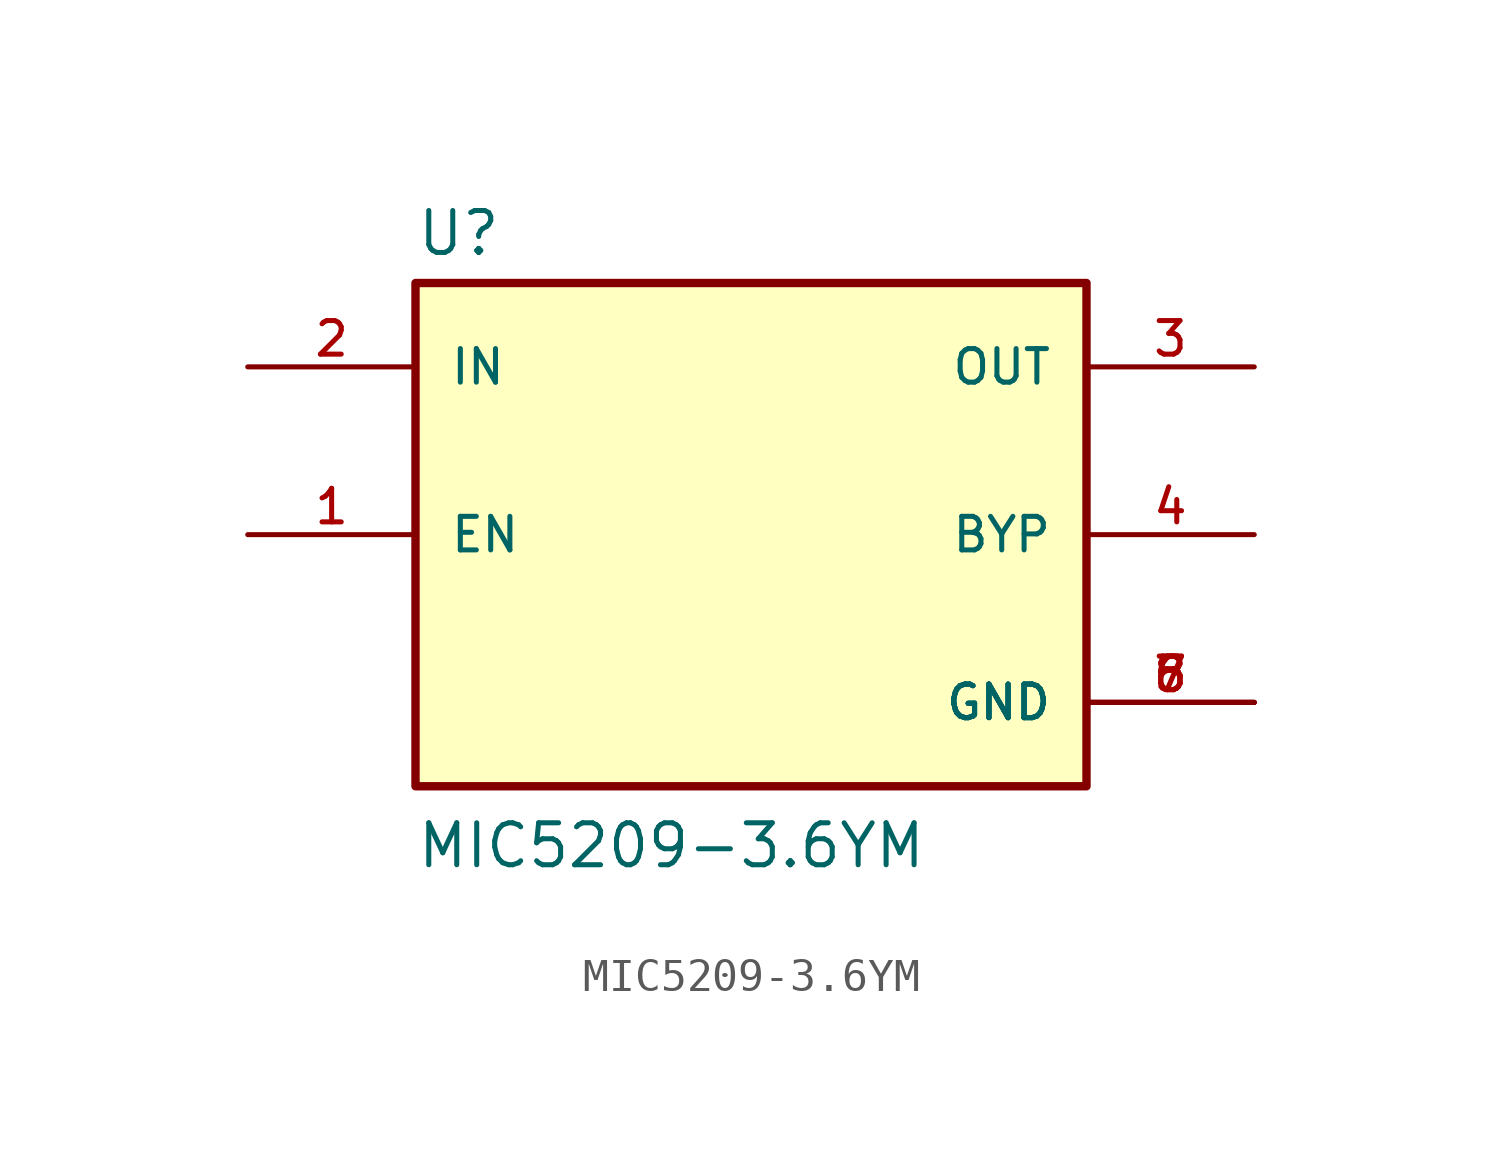
<source format=kicad_sym>
(kicad_symbol_lib
  (version 20211014)
  (generator kicad_symbol_editor)
  (symbol "MIC5209-3.6YM"
    (pin_names
      (offset 1.016))
    (property "Reference" "U"
      (at -10.16 8.382 0)
      (effects (font (size 1.27 1.27)) (justify bottom left)))
    (property "Value" "MIC5209-3.6YM"
      (at -10.16 -10.16 0)
      (effects (font (size 1.27 1.27)) (justify bottom left)))
    (symbol "MIC5209-3.6YM_0_0"
      (rectangle (start -10.16 -7.62) (end 10.16 7.62) (stroke (width 0.254)) (fill (type background)))
      (pin input line (at -15.24 0.0 0) (length 5.08) (name "EN" (effects (font (size 1.016 1.016)))) (number "1" (effects (font (size 1.016 1.016)))))
      (pin input line (at -15.24 5.08 0) (length 5.08) (name "IN" (effects (font (size 1.016 1.016)))) (number "2" (effects (font (size 1.016 1.016)))))
      (pin output line (at 15.24 5.08 180.0) (length 5.08) (name "OUT" (effects (font (size 1.016 1.016)))) (number "3" (effects (font (size 1.016 1.016)))))
      (pin passive line (at 15.24 0.0 180.0) (length 5.08) (name "BYP" (effects (font (size 1.016 1.016)))) (number "4" (effects (font (size 1.016 1.016)))))
      (pin power_in line (at 15.24 -5.08 180.0) (length 5.08) (name "GND" (effects (font (size 1.016 1.016)))) (number "5" (effects (font (size 1.016 1.016)))))
      (pin power_in line (at 15.24 -5.08 180.0) (length 5.08) (name "GND" (effects (font (size 1.016 1.016)))) (number "6" (effects (font (size 1.016 1.016)))))
      (pin power_in line (at 15.24 -5.08 180.0) (length 5.08) (name "GND" (effects (font (size 1.016 1.016)))) (number "7" (effects (font (size 1.016 1.016)))))
      (pin power_in line (at 15.24 -5.08 180.0) (length 5.08) (name "GND" (effects (font (size 1.016 1.016)))) (number "8" (effects (font (size 1.016 1.016))))))))
</source>
